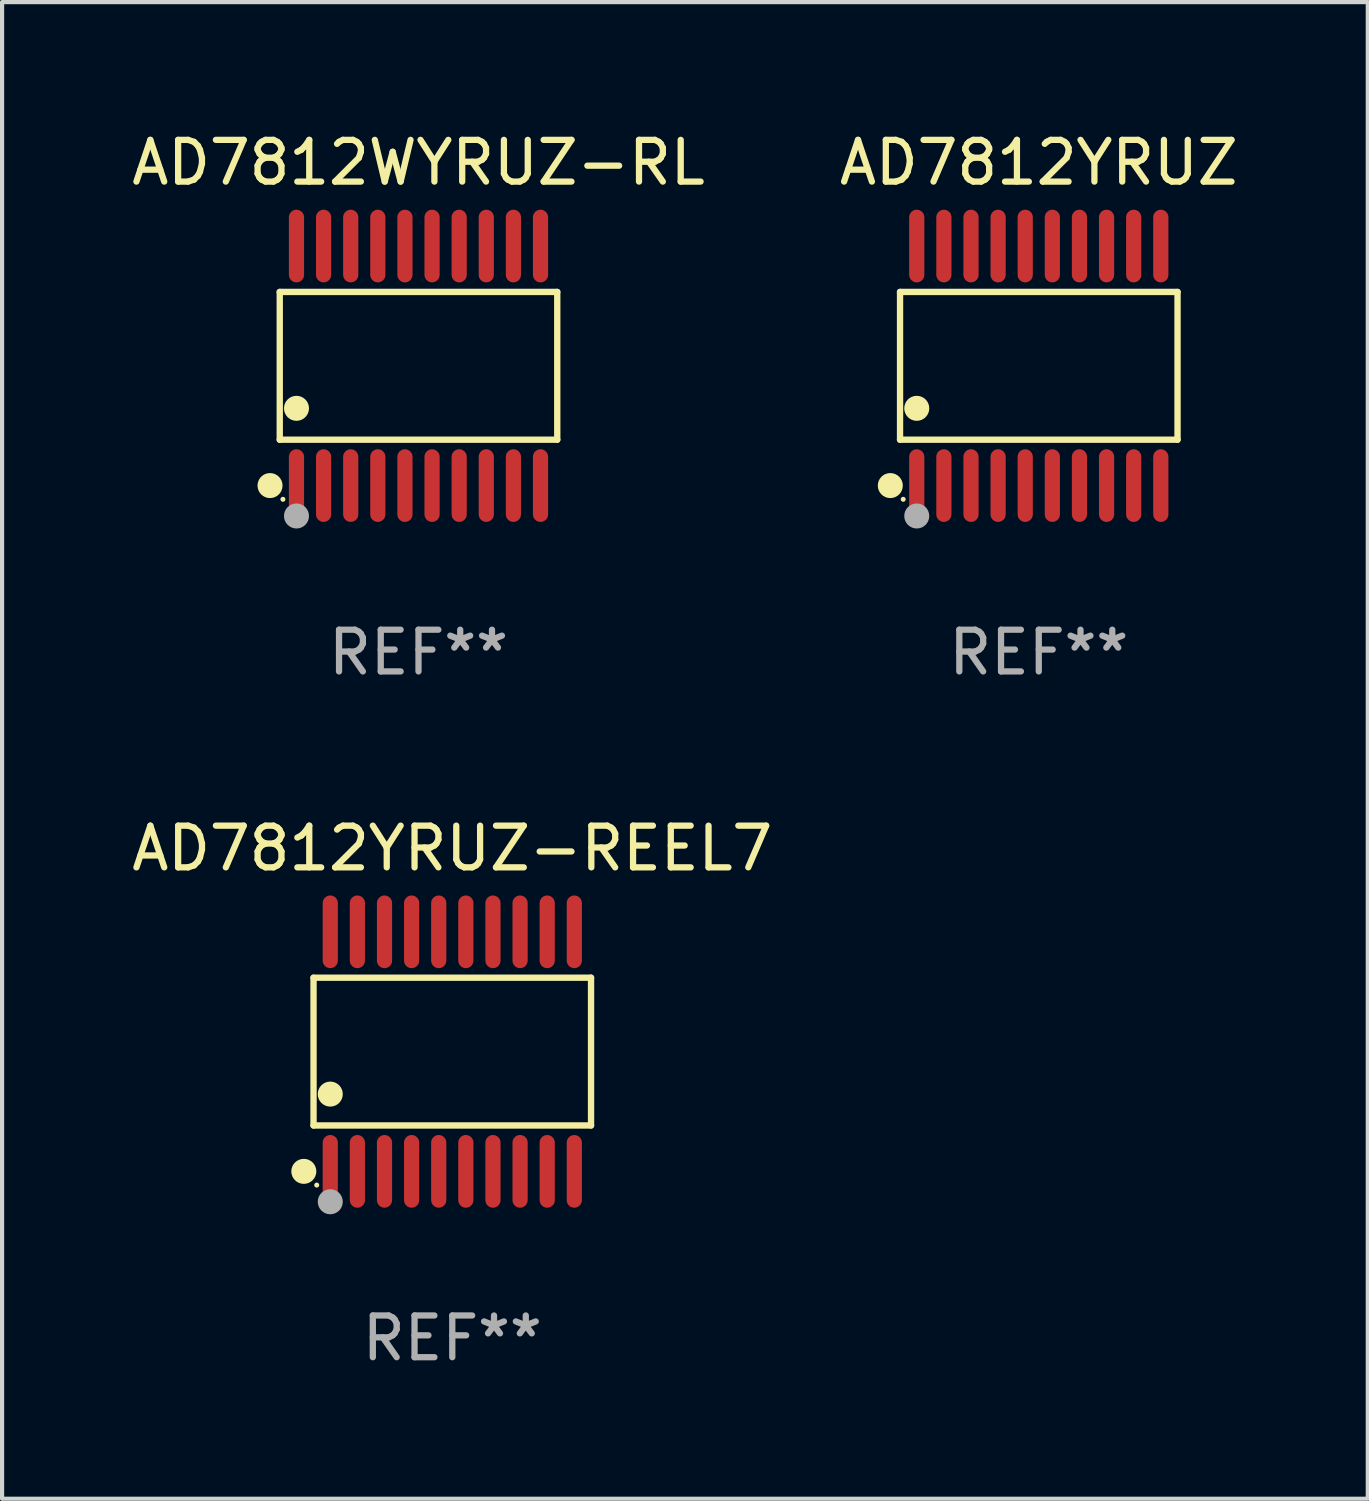
<source format=kicad_pcb>
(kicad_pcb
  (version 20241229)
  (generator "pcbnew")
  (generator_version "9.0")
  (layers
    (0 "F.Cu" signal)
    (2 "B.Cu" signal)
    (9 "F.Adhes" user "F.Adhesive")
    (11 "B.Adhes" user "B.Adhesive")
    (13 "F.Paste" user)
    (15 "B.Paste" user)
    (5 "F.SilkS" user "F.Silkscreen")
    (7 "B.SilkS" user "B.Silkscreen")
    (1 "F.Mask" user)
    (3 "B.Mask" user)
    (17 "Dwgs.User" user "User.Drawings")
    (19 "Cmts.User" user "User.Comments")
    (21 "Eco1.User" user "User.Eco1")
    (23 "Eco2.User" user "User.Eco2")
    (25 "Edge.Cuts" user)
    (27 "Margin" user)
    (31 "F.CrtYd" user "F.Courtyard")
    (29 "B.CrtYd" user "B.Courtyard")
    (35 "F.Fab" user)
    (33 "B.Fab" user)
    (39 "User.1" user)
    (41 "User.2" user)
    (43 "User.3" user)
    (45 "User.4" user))
  (footprint "AD7812WYRUZ-RL"
    (layer "F.Cu")
    (at 6.982 5.719)
    (property "Reference" "AD7812WYRUZ-RL" (at 0 -4.871 0) (layer "F.SilkS") (effects (font (size 1 1) (thickness 0.15))))
    (attr through_hole)
    (fp_line (start -3.326 -1.771) (end 3.326 -1.771) (stroke (width 0.152) (type solid)) (layer "F.SilkS"))
    (fp_line (start -3.326 1.771) (end -3.326 -1.771) (stroke (width 0.152) (type solid)) (layer "F.SilkS"))
    (fp_line (start 3.326 -1.771) (end 3.326 1.771) (stroke (width 0.152) (type solid)) (layer "F.SilkS"))
    (fp_line (start 3.326 1.771) (end -3.326 1.771) (stroke (width 0.152) (type solid)) (layer "F.SilkS"))
    (fp_circle (center -3.559 2.871) (end -3.409 2.871) (stroke (width 0.3) (type solid)) (fill no) (layer "F.SilkS"))
    (fp_circle (center -3.25 3.2) (end -3.22 3.2) (stroke (width 0.06) (type solid)) (fill no) (layer "F.SilkS"))
    (fp_circle (center -2.925 1.019) (end -2.775 1.019) (stroke (width 0.3) (type solid)) (fill no) (layer "F.SilkS"))
    (fp_circle (center -2.925 3.6) (end -2.775 3.6) (stroke (width 0.3) (type solid)) (fill no) (layer "F.Fab"))
    (fp_text user "REF**" (at 0 6.871 0) (layer "F.Fab") (effects (font (size 1 1) (thickness 0.15))))
    (pad "1" smd oval (at -2.925 2.871) (size 0.364 1.742) (layers "F.Cu" "F.Mask" "F.Paste"))
    (pad "2" smd oval (at -2.275 2.871) (size 0.364 1.742) (layers "F.Cu" "F.Mask" "F.Paste"))
    (pad "3" smd oval (at -1.625 2.871) (size 0.364 1.742) (layers "F.Cu" "F.Mask" "F.Paste"))
    (pad "4" smd oval (at -0.975 2.871) (size 0.364 1.742) (layers "F.Cu" "F.Mask" "F.Paste"))
    (pad "5" smd oval (at -0.325 2.871) (size 0.364 1.742) (layers "F.Cu" "F.Mask" "F.Paste"))
    (pad "6" smd oval (at 0.325 2.871) (size 0.364 1.742) (layers "F.Cu" "F.Mask" "F.Paste"))
    (pad "7" smd oval (at 0.975 2.871) (size 0.364 1.742) (layers "F.Cu" "F.Mask" "F.Paste"))
    (pad "8" smd oval (at 1.625 2.871) (size 0.364 1.742) (layers "F.Cu" "F.Mask" "F.Paste"))
    (pad "9" smd oval (at 2.275 2.871) (size 0.364 1.742) (layers "F.Cu" "F.Mask" "F.Paste"))
    (pad "10" smd oval (at 2.925 2.871) (size 0.364 1.742) (layers "F.Cu" "F.Mask" "F.Paste"))
    (pad "11" smd oval (at 2.925 -2.871) (size 0.364 1.742) (layers "F.Cu" "F.Mask" "F.Paste"))
    (pad "12" smd oval (at 2.275 -2.871) (size 0.364 1.742) (layers "F.Cu" "F.Mask" "F.Paste"))
    (pad "13" smd oval (at 1.625 -2.871) (size 0.364 1.742) (layers "F.Cu" "F.Mask" "F.Paste"))
    (pad "14" smd oval (at 0.975 -2.871) (size 0.364 1.742) (layers "F.Cu" "F.Mask" "F.Paste"))
    (pad "15" smd oval (at 0.325 -2.871) (size 0.364 1.742) (layers "F.Cu" "F.Mask" "F.Paste"))
    (pad "16" smd oval (at -0.325 -2.871) (size 0.364 1.742) (layers "F.Cu" "F.Mask" "F.Paste"))
    (pad "17" smd oval (at -0.975 -2.871) (size 0.364 1.742) (layers "F.Cu" "F.Mask" "F.Paste"))
    (pad "18" smd oval (at -1.625 -2.871) (size 0.364 1.742) (layers "F.Cu" "F.Mask" "F.Paste"))
    (pad "19" smd oval (at -2.275 -2.871) (size 0.364 1.742) (layers "F.Cu" "F.Mask" "F.Paste"))
    (pad "20" smd oval (at -2.925 -2.871) (size 0.364 1.742) (layers "F.Cu" "F.Mask" "F.Paste")))
  (footprint "AD7812YRUZ-REEL7"
    (layer "F.Cu")
    (at 7.792 22.158)
    (property "Reference" "AD7812YRUZ-REEL7" (at 0 -4.871 0) (layer "F.SilkS") (effects (font (size 1 1) (thickness 0.15))))
    (attr through_hole)
    (fp_line (start -3.326 -1.771) (end 3.326 -1.771) (stroke (width 0.152) (type solid)) (layer "F.SilkS"))
    (fp_line (start -3.326 1.771) (end -3.326 -1.771) (stroke (width 0.152) (type solid)) (layer "F.SilkS"))
    (fp_line (start 3.326 -1.771) (end 3.326 1.771) (stroke (width 0.152) (type solid)) (layer "F.SilkS"))
    (fp_line (start 3.326 1.771) (end -3.326 1.771) (stroke (width 0.152) (type solid)) (layer "F.SilkS"))
    (fp_circle (center -3.559 2.871) (end -3.409 2.871) (stroke (width 0.3) (type solid)) (fill no) (layer "F.SilkS"))
    (fp_circle (center -3.25 3.2) (end -3.22 3.2) (stroke (width 0.06) (type solid)) (fill no) (layer "F.SilkS"))
    (fp_circle (center -2.925 1.019) (end -2.775 1.019) (stroke (width 0.3) (type solid)) (fill no) (layer "F.SilkS"))
    (fp_circle (center -2.925 3.6) (end -2.775 3.6) (stroke (width 0.3) (type solid)) (fill no) (layer "F.Fab"))
    (fp_text user "REF**" (at 0 6.871 0) (layer "F.Fab") (effects (font (size 1 1) (thickness 0.15))))
    (pad "1" smd oval (at -2.925 2.871) (size 0.364 1.742) (layers "F.Cu" "F.Mask" "F.Paste"))
    (pad "2" smd oval (at -2.275 2.871) (size 0.364 1.742) (layers "F.Cu" "F.Mask" "F.Paste"))
    (pad "3" smd oval (at -1.625 2.871) (size 0.364 1.742) (layers "F.Cu" "F.Mask" "F.Paste"))
    (pad "4" smd oval (at -0.975 2.871) (size 0.364 1.742) (layers "F.Cu" "F.Mask" "F.Paste"))
    (pad "5" smd oval (at -0.325 2.871) (size 0.364 1.742) (layers "F.Cu" "F.Mask" "F.Paste"))
    (pad "6" smd oval (at 0.325 2.871) (size 0.364 1.742) (layers "F.Cu" "F.Mask" "F.Paste"))
    (pad "7" smd oval (at 0.975 2.871) (size 0.364 1.742) (layers "F.Cu" "F.Mask" "F.Paste"))
    (pad "8" smd oval (at 1.625 2.871) (size 0.364 1.742) (layers "F.Cu" "F.Mask" "F.Paste"))
    (pad "9" smd oval (at 2.275 2.871) (size 0.364 1.742) (layers "F.Cu" "F.Mask" "F.Paste"))
    (pad "10" smd oval (at 2.925 2.871) (size 0.364 1.742) (layers "F.Cu" "F.Mask" "F.Paste"))
    (pad "11" smd oval (at 2.925 -2.871) (size 0.364 1.742) (layers "F.Cu" "F.Mask" "F.Paste"))
    (pad "12" smd oval (at 2.275 -2.871) (size 0.364 1.742) (layers "F.Cu" "F.Mask" "F.Paste"))
    (pad "13" smd oval (at 1.625 -2.871) (size 0.364 1.742) (layers "F.Cu" "F.Mask" "F.Paste"))
    (pad "14" smd oval (at 0.975 -2.871) (size 0.364 1.742) (layers "F.Cu" "F.Mask" "F.Paste"))
    (pad "15" smd oval (at 0.325 -2.871) (size 0.364 1.742) (layers "F.Cu" "F.Mask" "F.Paste"))
    (pad "16" smd oval (at -0.325 -2.871) (size 0.364 1.742) (layers "F.Cu" "F.Mask" "F.Paste"))
    (pad "17" smd oval (at -0.975 -2.871) (size 0.364 1.742) (layers "F.Cu" "F.Mask" "F.Paste"))
    (pad "18" smd oval (at -1.625 -2.871) (size 0.364 1.742) (layers "F.Cu" "F.Mask" "F.Paste"))
    (pad "19" smd oval (at -2.275 -2.871) (size 0.364 1.742) (layers "F.Cu" "F.Mask" "F.Paste"))
    (pad "20" smd oval (at -2.925 -2.871) (size 0.364 1.742) (layers "F.Cu" "F.Mask" "F.Paste")))
  (footprint "AD7812YRUZ"
    (layer "F.Cu")
    (at 21.851 5.719)
    (property "Reference" "AD7812YRUZ" (at 0 -4.871 0) (layer "F.SilkS") (effects (font (size 1 1) (thickness 0.15))))
    (attr through_hole)
    (fp_line (start -3.326 -1.771) (end 3.326 -1.771) (stroke (width 0.152) (type solid)) (layer "F.SilkS"))
    (fp_line (start -3.326 1.771) (end -3.326 -1.771) (stroke (width 0.152) (type solid)) (layer "F.SilkS"))
    (fp_line (start 3.326 -1.771) (end 3.326 1.771) (stroke (width 0.152) (type solid)) (layer "F.SilkS"))
    (fp_line (start 3.326 1.771) (end -3.326 1.771) (stroke (width 0.152) (type solid)) (layer "F.SilkS"))
    (fp_circle (center -3.559 2.871) (end -3.409 2.871) (stroke (width 0.3) (type solid)) (fill no) (layer "F.SilkS"))
    (fp_circle (center -3.25 3.2) (end -3.22 3.2) (stroke (width 0.06) (type solid)) (fill no) (layer "F.SilkS"))
    (fp_circle (center -2.925 1.019) (end -2.775 1.019) (stroke (width 0.3) (type solid)) (fill no) (layer "F.SilkS"))
    (fp_circle (center -2.925 3.6) (end -2.775 3.6) (stroke (width 0.3) (type solid)) (fill no) (layer "F.Fab"))
    (fp_text user "REF**" (at 0 6.871 0) (layer "F.Fab") (effects (font (size 1 1) (thickness 0.15))))
    (pad "1" smd oval (at -2.925 2.871) (size 0.364 1.742) (layers "F.Cu" "F.Mask" "F.Paste"))
    (pad "2" smd oval (at -2.275 2.871) (size 0.364 1.742) (layers "F.Cu" "F.Mask" "F.Paste"))
    (pad "3" smd oval (at -1.625 2.871) (size 0.364 1.742) (layers "F.Cu" "F.Mask" "F.Paste"))
    (pad "4" smd oval (at -0.975 2.871) (size 0.364 1.742) (layers "F.Cu" "F.Mask" "F.Paste"))
    (pad "5" smd oval (at -0.325 2.871) (size 0.364 1.742) (layers "F.Cu" "F.Mask" "F.Paste"))
    (pad "6" smd oval (at 0.325 2.871) (size 0.364 1.742) (layers "F.Cu" "F.Mask" "F.Paste"))
    (pad "7" smd oval (at 0.975 2.871) (size 0.364 1.742) (layers "F.Cu" "F.Mask" "F.Paste"))
    (pad "8" smd oval (at 1.625 2.871) (size 0.364 1.742) (layers "F.Cu" "F.Mask" "F.Paste"))
    (pad "9" smd oval (at 2.275 2.871) (size 0.364 1.742) (layers "F.Cu" "F.Mask" "F.Paste"))
    (pad "10" smd oval (at 2.925 2.871) (size 0.364 1.742) (layers "F.Cu" "F.Mask" "F.Paste"))
    (pad "11" smd oval (at 2.925 -2.871) (size 0.364 1.742) (layers "F.Cu" "F.Mask" "F.Paste"))
    (pad "12" smd oval (at 2.275 -2.871) (size 0.364 1.742) (layers "F.Cu" "F.Mask" "F.Paste"))
    (pad "13" smd oval (at 1.625 -2.871) (size 0.364 1.742) (layers "F.Cu" "F.Mask" "F.Paste"))
    (pad "14" smd oval (at 0.975 -2.871) (size 0.364 1.742) (layers "F.Cu" "F.Mask" "F.Paste"))
    (pad "15" smd oval (at 0.325 -2.871) (size 0.364 1.742) (layers "F.Cu" "F.Mask" "F.Paste"))
    (pad "16" smd oval (at -0.325 -2.871) (size 0.364 1.742) (layers "F.Cu" "F.Mask" "F.Paste"))
    (pad "17" smd oval (at -0.975 -2.871) (size 0.364 1.742) (layers "F.Cu" "F.Mask" "F.Paste"))
    (pad "18" smd oval (at -1.625 -2.871) (size 0.364 1.742) (layers "F.Cu" "F.Mask" "F.Paste"))
    (pad "19" smd oval (at -2.275 -2.871) (size 0.364 1.742) (layers "F.Cu" "F.Mask" "F.Paste"))
    (pad "20" smd oval (at -2.925 -2.871) (size 0.364 1.742) (layers "F.Cu" "F.Mask" "F.Paste")))
  (gr_rect
    (start -3 -3)
    (end 29.738 32.877)
    (stroke (width 0.1) (type default))
    (fill no)
    (layer "Edge.Cuts")))
</source>
